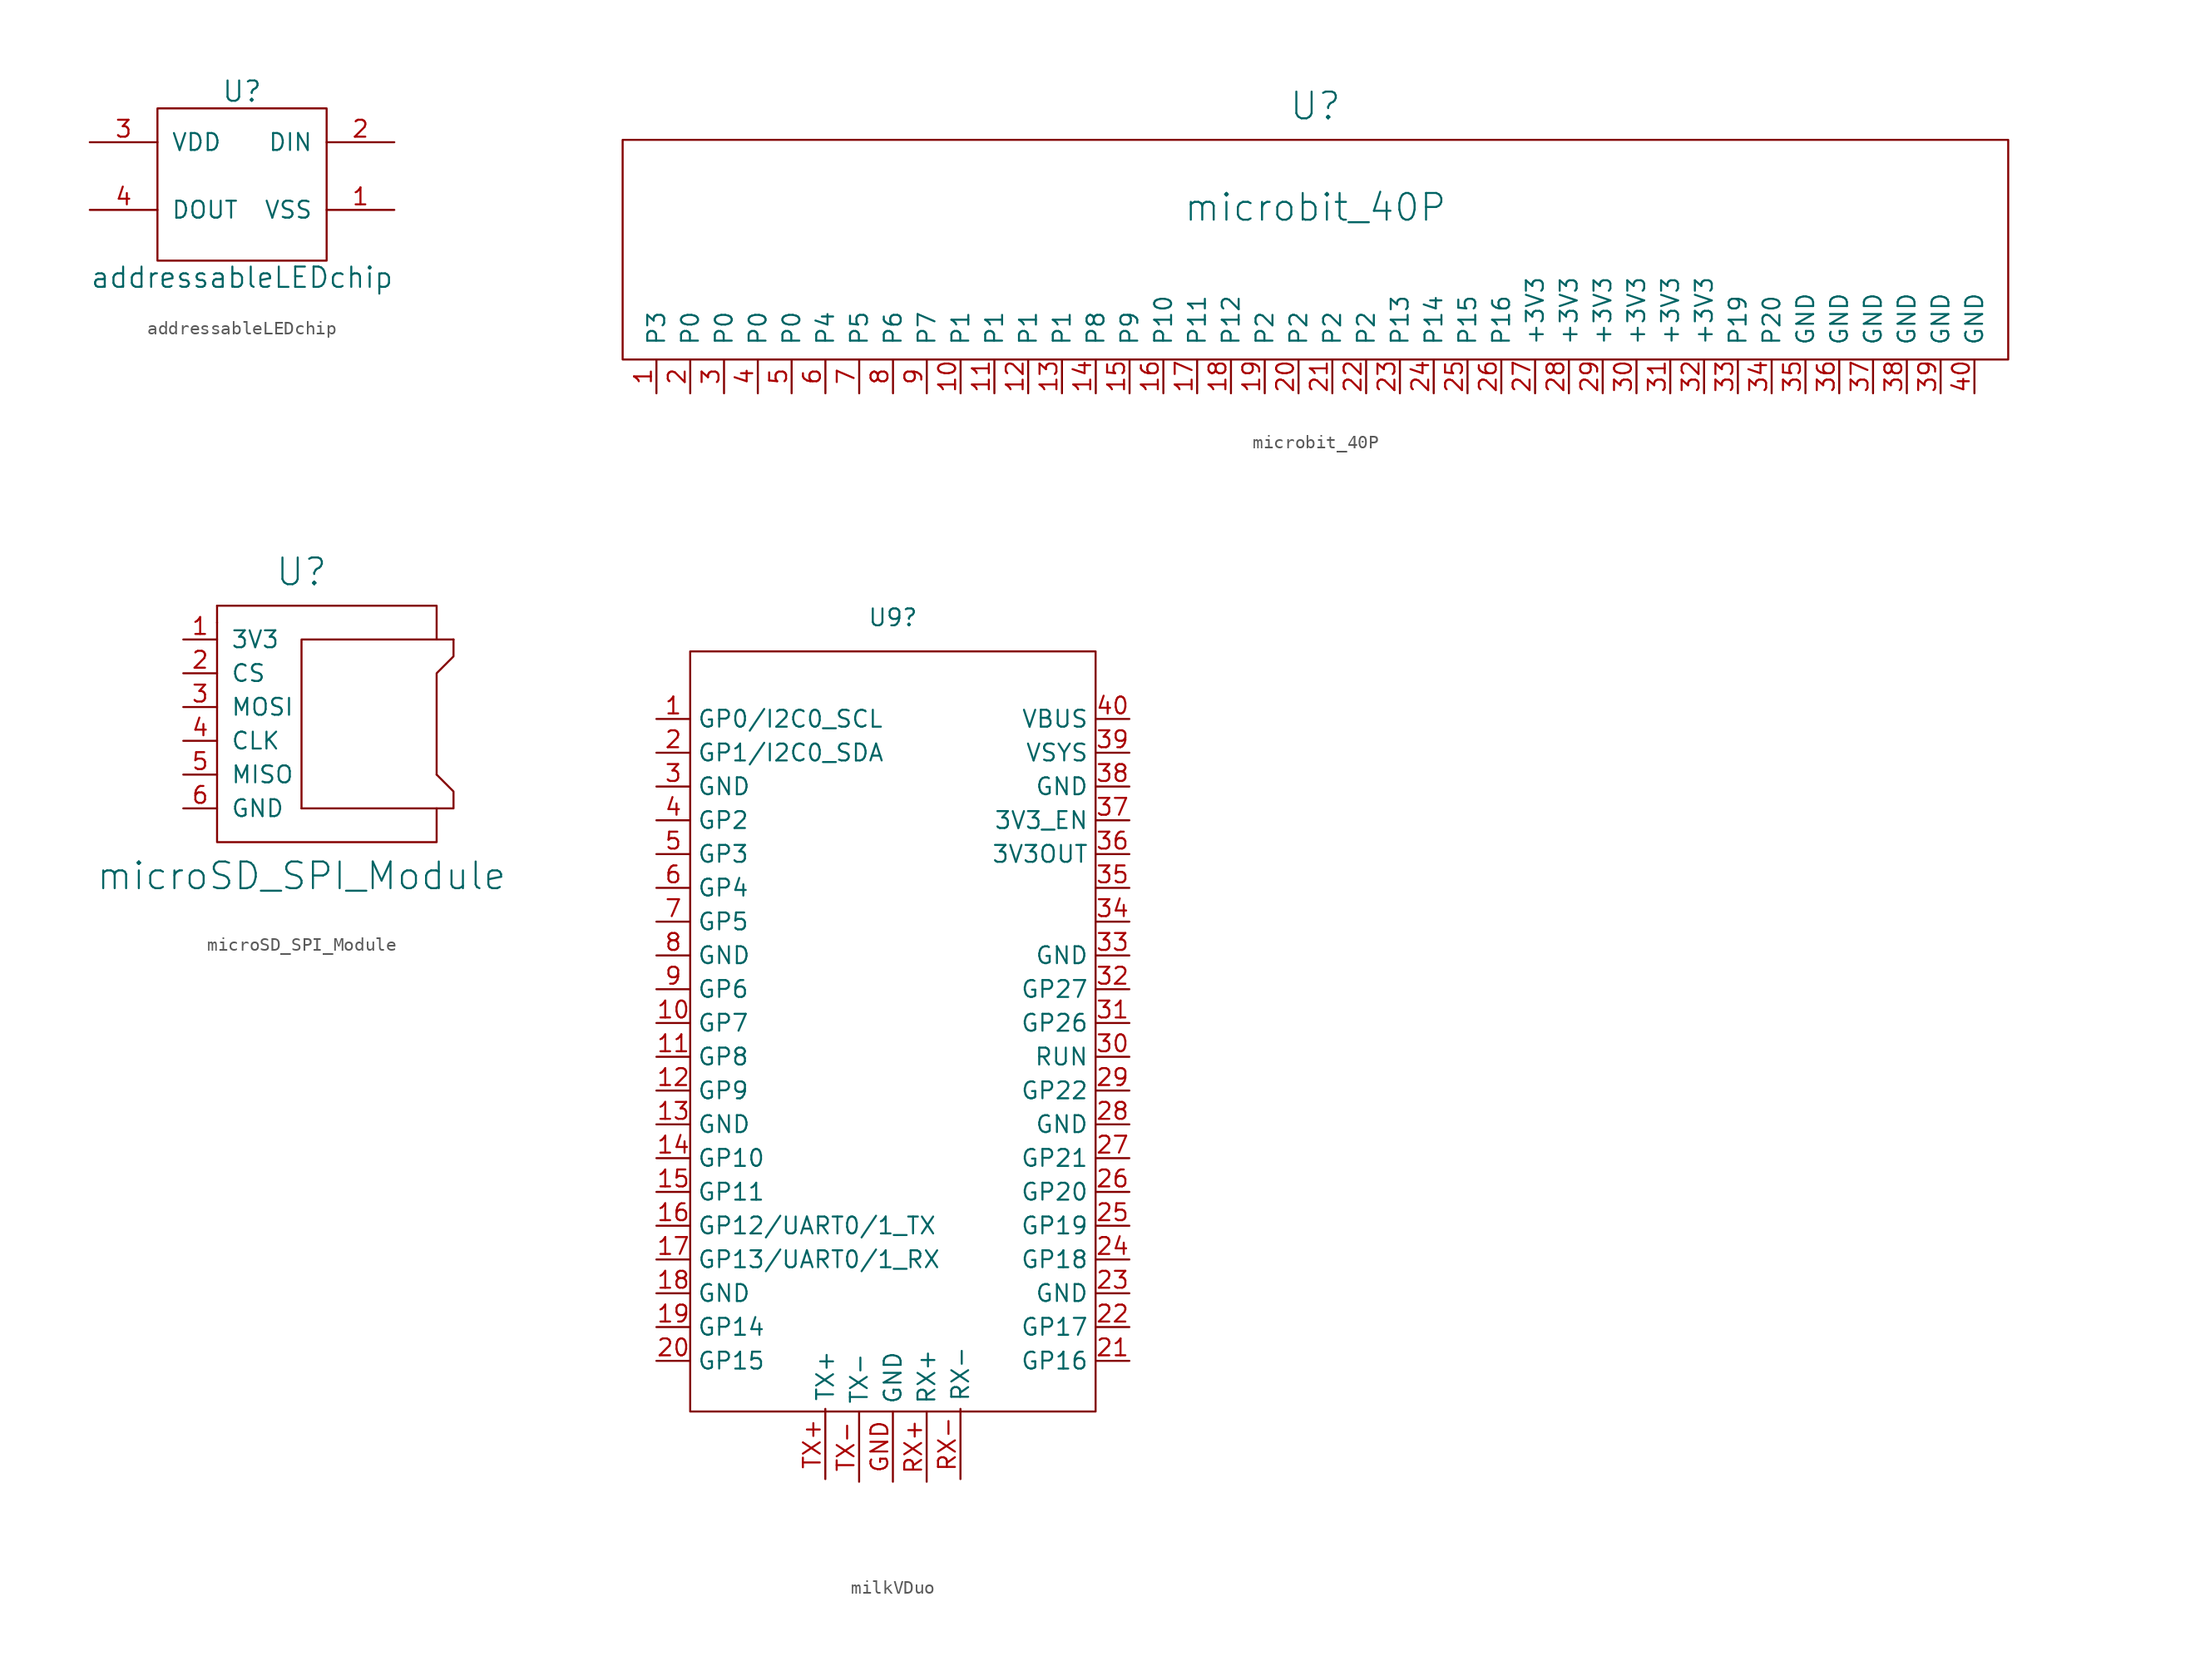
<source format=kicad_sym>
(kicad_symbol_lib
  (version 20220914)
  (generator kicad_symbol_editor)
  (symbol "addressableLEDchip"
    (pin_names
      (offset 1.016))
    (property "Reference" "U"
      (at 0 6.35 0)
      (effects (font (size 1.524 1.524))))
    (property "Value" "addressableLEDchip"
      (at 0 -7.62 0)
      (effects (font (size 1.524 1.524))))
    (property "Footprint" ""
      (at 0 0 0)
      (effects (font (size 1.524 1.524))))
    (property "Datasheet" ""
      (at 0 0 0)
      (effects (font (size 1.524 1.524))))
    (symbol "addressableLEDchip_0_1"
      (rectangle (start -6.35 5.08) (end 6.35 -6.35) (stroke (width 0) (type solid)) (fill (type none))))
    (symbol "addressableLEDchip_1_1"
      (pin input line (at 11.43 -2.54 180) (length 5.08) (name "VSS" (effects (font (size 1.27 1.27)))) (number "1" (effects (font (size 1.27 1.27)))))
      (pin input line (at 11.43 2.54 180) (length 5.08) (name "DIN" (effects (font (size 1.27 1.27)))) (number "2" (effects (font (size 1.27 1.27)))))
      (pin input line (at -11.43 2.54 0) (length 5.08) (name "VDD" (effects (font (size 1.27 1.27)))) (number "3" (effects (font (size 1.27 1.27)))))
      (pin input line (at -11.43 -2.54 0) (length 5.08) (name "DOUT" (effects (font (size 1.27 1.27)))) (number "4" (effects (font (size 1.27 1.27)))))))
  (symbol "microbit_40P"
    (pin_names
      (offset 1.016))
    (property "Reference" "U"
      (at 0 11.43 0)
      (effects (font (size 2.007 2.007))))
    (property "Value" "microbit_40P"
      (at 0 3.81 0)
      (effects (font (size 2.007 2.007))))
    (symbol "microbit_40P_0_1"
      (rectangle (start -52.07 8.89) (end 52.07 -7.62) (stroke (width 0) (type solid)) (fill (type none))))
    (symbol "microbit_40P_1_1"
      (pin input line (at -49.53 -10.16 90) (length 2.54) (name "P3" (effects (font (size 1.27 1.27)))) (number "1" (effects (font (size 1.27 1.27)))))
      (pin input line (at -26.67 -10.16 90) (length 2.54) (name "P1" (effects (font (size 1.27 1.27)))) (number "10" (effects (font (size 1.27 1.27)))))
      (pin input line (at -24.13 -10.16 90) (length 2.54) (name "P1" (effects (font (size 1.27 1.27)))) (number "11" (effects (font (size 1.27 1.27)))))
      (pin input line (at -21.59 -10.16 90) (length 2.54) (name "P1" (effects (font (size 1.27 1.27)))) (number "12" (effects (font (size 1.27 1.27)))))
      (pin input line (at -19.05 -10.16 90) (length 2.54) (name "P1" (effects (font (size 1.27 1.27)))) (number "13" (effects (font (size 1.27 1.27)))))
      (pin input line (at -16.51 -10.16 90) (length 2.54) (name "P8" (effects (font (size 1.27 1.27)))) (number "14" (effects (font (size 1.27 1.27)))))
      (pin input line (at -13.97 -10.16 90) (length 2.54) (name "P9" (effects (font (size 1.27 1.27)))) (number "15" (effects (font (size 1.27 1.27)))))
      (pin input line (at -11.43 -10.16 90) (length 2.54) (name "P10" (effects (font (size 1.27 1.27)))) (number "16" (effects (font (size 1.27 1.27)))))
      (pin input line (at -8.89 -10.16 90) (length 2.54) (name "P11" (effects (font (size 1.27 1.27)))) (number "17" (effects (font (size 1.27 1.27)))))
      (pin input line (at -6.35 -10.16 90) (length 2.54) (name "P12" (effects (font (size 1.27 1.27)))) (number "18" (effects (font (size 1.27 1.27)))))
      (pin input line (at -3.81 -10.16 90) (length 2.54) (name "P2" (effects (font (size 1.27 1.27)))) (number "19" (effects (font (size 1.27 1.27)))))
      (pin input line (at -46.99 -10.16 90) (length 2.54) (name "P0" (effects (font (size 1.27 1.27)))) (number "2" (effects (font (size 1.27 1.27)))))
      (pin input line (at -1.27 -10.16 90) (length 2.54) (name "P2" (effects (font (size 1.27 1.27)))) (number "20" (effects (font (size 1.27 1.27)))))
      (pin input line (at 1.27 -10.16 90) (length 2.54) (name "P2" (effects (font (size 1.27 1.27)))) (number "21" (effects (font (size 1.27 1.27)))))
      (pin input line (at 3.81 -10.16 90) (length 2.54) (name "P2" (effects (font (size 1.27 1.27)))) (number "22" (effects (font (size 1.27 1.27)))))
      (pin input line (at 6.35 -10.16 90) (length 2.54) (name "P13" (effects (font (size 1.27 1.27)))) (number "23" (effects (font (size 1.27 1.27)))))
      (pin input line (at 8.89 -10.16 90) (length 2.54) (name "P14" (effects (font (size 1.27 1.27)))) (number "24" (effects (font (size 1.27 1.27)))))
      (pin input line (at 11.43 -10.16 90) (length 2.54) (name "P15" (effects (font (size 1.27 1.27)))) (number "25" (effects (font (size 1.27 1.27)))))
      (pin input line (at 13.97 -10.16 90) (length 2.54) (name "P16" (effects (font (size 1.27 1.27)))) (number "26" (effects (font (size 1.27 1.27)))))
      (pin input line (at 16.51 -10.16 90) (length 2.54) (name "+3V3" (effects (font (size 1.27 1.27)))) (number "27" (effects (font (size 1.27 1.27)))))
      (pin input line (at 19.05 -10.16 90) (length 2.54) (name "+3V3" (effects (font (size 1.27 1.27)))) (number "28" (effects (font (size 1.27 1.27)))))
      (pin input line (at 21.59 -10.16 90) (length 2.54) (name "+3V3" (effects (font (size 1.27 1.27)))) (number "29" (effects (font (size 1.27 1.27)))))
      (pin input line (at -44.45 -10.16 90) (length 2.54) (name "P0" (effects (font (size 1.27 1.27)))) (number "3" (effects (font (size 1.27 1.27)))))
      (pin input line (at 24.13 -10.16 90) (length 2.54) (name "+3V3" (effects (font (size 1.27 1.27)))) (number "30" (effects (font (size 1.27 1.27)))))
      (pin input line (at 26.67 -10.16 90) (length 2.54) (name "+3V3" (effects (font (size 1.27 1.27)))) (number "31" (effects (font (size 1.27 1.27)))))
      (pin input line (at 29.21 -10.16 90) (length 2.54) (name "+3V3" (effects (font (size 1.27 1.27)))) (number "32" (effects (font (size 1.27 1.27)))))
      (pin input line (at 31.75 -10.16 90) (length 2.54) (name "P19" (effects (font (size 1.27 1.27)))) (number "33" (effects (font (size 1.27 1.27)))))
      (pin input line (at 34.29 -10.16 90) (length 2.54) (name "P20" (effects (font (size 1.27 1.27)))) (number "34" (effects (font (size 1.27 1.27)))))
      (pin input line (at 36.83 -10.16 90) (length 2.54) (name "GND" (effects (font (size 1.27 1.27)))) (number "35" (effects (font (size 1.27 1.27)))))
      (pin input line (at 39.37 -10.16 90) (length 2.54) (name "GND" (effects (font (size 1.27 1.27)))) (number "36" (effects (font (size 1.27 1.27)))))
      (pin input line (at 41.91 -10.16 90) (length 2.54) (name "GND" (effects (font (size 1.27 1.27)))) (number "37" (effects (font (size 1.27 1.27)))))
      (pin input line (at 44.45 -10.16 90) (length 2.54) (name "GND" (effects (font (size 1.27 1.27)))) (number "38" (effects (font (size 1.27 1.27)))))
      (pin input line (at 46.99 -10.16 90) (length 2.54) (name "GND" (effects (font (size 1.27 1.27)))) (number "39" (effects (font (size 1.27 1.27)))))
      (pin input line (at -41.91 -10.16 90) (length 2.54) (name "P0" (effects (font (size 1.27 1.27)))) (number "4" (effects (font (size 1.27 1.27)))))
      (pin input line (at 49.53 -10.16 90) (length 2.54) (name "GND" (effects (font (size 1.27 1.27)))) (number "40" (effects (font (size 1.27 1.27)))))
      (pin input line (at -39.37 -10.16 90) (length 2.54) (name "P0" (effects (font (size 1.27 1.27)))) (number "5" (effects (font (size 1.27 1.27)))))
      (pin input line (at -36.83 -10.16 90) (length 2.54) (name "P4" (effects (font (size 1.27 1.27)))) (number "6" (effects (font (size 1.27 1.27)))))
      (pin input line (at -34.29 -10.16 90) (length 2.54) (name "P5" (effects (font (size 1.27 1.27)))) (number "7" (effects (font (size 1.27 1.27)))))
      (pin input line (at -31.75 -10.16 90) (length 2.54) (name "P6" (effects (font (size 1.27 1.27)))) (number "8" (effects (font (size 1.27 1.27)))))
      (pin input line (at -29.21 -10.16 90) (length 2.54) (name "P7" (effects (font (size 1.27 1.27)))) (number "9" (effects (font (size 1.27 1.27)))))))
  (symbol "microSD_SPI_Module"
    (pin_names
      (offset 1.016))
    (property "Reference" "U"
      (at 0 10.16 0)
      (effects (font (size 2.007 2.007))))
    (property "Value" "microSD_SPI_Module"
      (at 0 -12.7 0)
      (effects (font (size 2.007 2.007))))
    (symbol "microSD_SPI_Module_0_1"
      (polyline (pts (xy -6.35 7.62) (xy -6.35 6.35)) (stroke (width 0) (type solid)) (fill (type none)))
      (polyline (pts (xy -6.35 7.62) (xy 10.16 7.62) (xy 10.16 5.08)) (stroke (width 0) (type solid)) (fill (type none)))
      (polyline (pts (xy 11.43 5.08) (xy 0 5.08) (xy 0 -7.62)) (stroke (width 0) (type solid)) (fill (type none)))
      (polyline (pts (xy -6.35 6.35) (xy -6.35 -10.16) (xy 10.16 -10.16) (xy 10.16 -7.62)) (stroke (width 0) (type solid)) (fill (type none)))
      (polyline (pts (xy 0 -7.62) (xy 11.43 -7.62) (xy 11.43 -6.35) (xy 10.16 -5.08)) (stroke (width 0) (type solid)) (fill (type none)))
      (polyline (pts (xy 11.43 5.08) (xy 11.43 3.81) (xy 10.16 2.54) (xy 10.16 -5.08)) (stroke (width 0) (type solid)) (fill (type none))))
    (symbol "microSD_SPI_Module_1_1"
      (pin input line (at -8.89 5.08 0) (length 2.54) (name "3V3" (effects (font (size 1.27 1.27)))) (number "1" (effects (font (size 1.27 1.27)))))
      (pin input line (at -8.89 2.54 0) (length 2.54) (name "CS" (effects (font (size 1.27 1.27)))) (number "2" (effects (font (size 1.27 1.27)))))
      (pin input line (at -8.89 0 0) (length 2.54) (name "MOSI" (effects (font (size 1.27 1.27)))) (number "3" (effects (font (size 1.27 1.27)))))
      (pin input line (at -8.89 -2.54 0) (length 2.54) (name "CLK" (effects (font (size 1.27 1.27)))) (number "4" (effects (font (size 1.27 1.27)))))
      (pin input line (at -8.89 -5.08 0) (length 2.54) (name "MISO" (effects (font (size 1.27 1.27)))) (number "5" (effects (font (size 1.27 1.27)))))
      (pin input line (at -8.89 -7.62 0) (length 2.54) (name "GND" (effects (font (size 1.27 1.27)))) (number "6" (effects (font (size 1.27 1.27)))))))
  (symbol "milkVDuo"
    (property "Reference" "U9"
      (at 0 31.75 0)
      (effects (font (size 1.27 1.27))))
    (property "Value" ""
      (at 6.35 3.81 0)
      (effects (font (size 1.27 1.27))))
    (symbol "milkVDuo_0_1"
      (rectangle (start -15.24 29.21) (end 15.24 -27.94) (stroke (width 0) (type default)) (fill (type none))))
    (symbol "milkVDuo_1_1"
      (pin input line (at -17.78 24.13 0) (length 2.54) (name "GP0/I2C0_SCL" (effects (font (size 1.27 1.27)))) (number "1" (effects (font (size 1.27 1.27)))))
      (pin input line (at -17.78 1.27 0) (length 2.54) (name "GP7" (effects (font (size 1.27 1.27)))) (number "10" (effects (font (size 1.27 1.27)))))
      (pin input line (at -17.78 -1.27 0) (length 2.54) (name "GP8" (effects (font (size 1.27 1.27)))) (number "11" (effects (font (size 1.27 1.27)))))
      (pin input line (at -17.78 -3.81 0) (length 2.54) (name "GP9" (effects (font (size 1.27 1.27)))) (number "12" (effects (font (size 1.27 1.27)))))
      (pin input line (at -17.78 -6.35 0) (length 2.54) (name "GND" (effects (font (size 1.27 1.27)))) (number "13" (effects (font (size 1.27 1.27)))))
      (pin input line (at -17.78 -8.89 0) (length 2.54) (name "GP10" (effects (font (size 1.27 1.27)))) (number "14" (effects (font (size 1.27 1.27)))))
      (pin input line (at -17.78 -11.43 0) (length 2.54) (name "GP11" (effects (font (size 1.27 1.27)))) (number "15" (effects (font (size 1.27 1.27)))))
      (pin input line (at -17.78 -13.97 0) (length 2.54) (name "GP12/UART0/1_TX" (effects (font (size 1.27 1.27)))) (number "16" (effects (font (size 1.27 1.27)))))
      (pin input line (at -17.78 -16.51 0) (length 2.54) (name "GP13/UART0/1_RX" (effects (font (size 1.27 1.27)))) (number "17" (effects (font (size 1.27 1.27)))))
      (pin input line (at -17.78 -19.05 0) (length 2.54) (name "GND" (effects (font (size 1.27 1.27)))) (number "18" (effects (font (size 1.27 1.27)))))
      (pin input line (at -17.78 -21.59 0) (length 2.54) (name "GP14" (effects (font (size 1.27 1.27)))) (number "19" (effects (font (size 1.27 1.27)))))
      (pin input line (at -17.78 21.59 0) (length 2.54) (name "GP1/I2C0_SDA" (effects (font (size 1.27 1.27)))) (number "2" (effects (font (size 1.27 1.27)))))
      (pin input line (at -17.78 -24.13 0) (length 2.54) (name "GP15" (effects (font (size 1.27 1.27)))) (number "20" (effects (font (size 1.27 1.27)))))
      (pin input line (at 17.78 -24.13 180) (length 2.54) (name "GP16" (effects (font (size 1.27 1.27)))) (number "21" (effects (font (size 1.27 1.27)))))
      (pin input line (at 17.78 -21.59 180) (length 2.54) (name "GP17" (effects (font (size 1.27 1.27)))) (number "22" (effects (font (size 1.27 1.27)))))
      (pin input line (at 17.78 -19.05 180) (length 2.54) (name "GND" (effects (font (size 1.27 1.27)))) (number "23" (effects (font (size 1.27 1.27)))))
      (pin input line (at 17.78 -16.51 180) (length 2.54) (name "GP18" (effects (font (size 1.27 1.27)))) (number "24" (effects (font (size 1.27 1.27)))))
      (pin input line (at 17.78 -13.97 180) (length 2.54) (name "GP19" (effects (font (size 1.27 1.27)))) (number "25" (effects (font (size 1.27 1.27)))))
      (pin input line (at 17.78 -11.43 180) (length 2.54) (name "GP20" (effects (font (size 1.27 1.27)))) (number "26" (effects (font (size 1.27 1.27)))))
      (pin input line (at 17.78 -8.89 180) (length 2.54) (name "GP21" (effects (font (size 1.27 1.27)))) (number "27" (effects (font (size 1.27 1.27)))))
      (pin input line (at 17.78 -6.35 180) (length 2.54) (name "GND" (effects (font (size 1.27 1.27)))) (number "28" (effects (font (size 1.27 1.27)))))
      (pin input line (at 17.78 -3.81 180) (length 2.54) (name "GP22" (effects (font (size 1.27 1.27)))) (number "29" (effects (font (size 1.27 1.27)))))
      (pin input line (at -17.78 19.05 0) (length 2.54) (name "GND" (effects (font (size 1.27 1.27)))) (number "3" (effects (font (size 1.27 1.27)))))
      (pin input line (at 17.78 -1.27 180) (length 2.54) (name "RUN" (effects (font (size 1.27 1.27)))) (number "30" (effects (font (size 1.27 1.27)))))
      (pin input line (at 17.78 1.27 180) (length 2.54) (name "GP26" (effects (font (size 1.27 1.27)))) (number "31" (effects (font (size 1.27 1.27)))))
      (pin input line (at 17.78 3.81 180) (length 2.54) (name "GP27" (effects (font (size 1.27 1.27)))) (number "32" (effects (font (size 1.27 1.27)))))
      (pin input line (at 17.78 6.35 180) (length 2.54) (name "GND" (effects (font (size 1.27 1.27)))) (number "33" (effects (font (size 1.27 1.27)))))
      (pin input line (at 17.78 8.89 180) (length 2.54) (name "" (effects (font (size 1.27 1.27)))) (number "34" (effects (font (size 1.27 1.27)))))
      (pin input line (at 17.78 11.43 180) (length 2.54) (name "" (effects (font (size 1.27 1.27)))) (number "35" (effects (font (size 1.27 1.27)))))
      (pin input line (at 17.78 13.97 180) (length 2.54) (name "3V3OUT" (effects (font (size 1.27 1.27)))) (number "36" (effects (font (size 1.27 1.27)))))
      (pin input line (at 17.78 16.51 180) (length 2.54) (name "3V3_EN" (effects (font (size 1.27 1.27)))) (number "37" (effects (font (size 1.27 1.27)))))
      (pin input line (at 17.78 19.05 180) (length 2.54) (name "GND" (effects (font (size 1.27 1.27)))) (number "38" (effects (font (size 1.27 1.27)))))
      (pin input line (at 17.78 21.59 180) (length 2.54) (name "VSYS" (effects (font (size 1.27 1.27)))) (number "39" (effects (font (size 1.27 1.27)))))
      (pin input line (at -17.78 16.51 0) (length 2.54) (name "GP2" (effects (font (size 1.27 1.27)))) (number "4" (effects (font (size 1.27 1.27)))))
      (pin input line (at 17.78 24.13 180) (length 2.54) (name "VBUS" (effects (font (size 1.27 1.27)))) (number "40" (effects (font (size 1.27 1.27)))))
      (pin input line (at -17.78 13.97 0) (length 2.54) (name "GP3" (effects (font (size 1.27 1.27)))) (number "5" (effects (font (size 1.27 1.27)))))
      (pin input line (at -17.78 11.43 0) (length 2.54) (name "GP4" (effects (font (size 1.27 1.27)))) (number "6" (effects (font (size 1.27 1.27)))))
      (pin input line (at -17.78 8.89 0) (length 2.54) (name "GP5" (effects (font (size 1.27 1.27)))) (number "7" (effects (font (size 1.27 1.27)))))
      (pin input line (at -17.78 6.35 0) (length 2.54) (name "GND" (effects (font (size 1.27 1.27)))) (number "8" (effects (font (size 1.27 1.27)))))
      (pin input line (at -17.78 3.81 0) (length 2.54) (name "GP6" (effects (font (size 1.27 1.27)))) (number "9" (effects (font (size 1.27 1.27)))))
      (pin input line (at 0 -33.22 90) (length 5.28) (name "GND" (effects (font (size 1.27 1.27)))) (number "GND" (effects (font (size 1.27 1.27)))))
      (pin input line (at 2.54 -33.22 90) (length 5.28) (name "RX+" (effects (font (size 1.27 1.27)))) (number "RX+" (effects (font (size 1.27 1.27)))))
      (pin input line (at 5.08 -33.02 90) (length 5.28) (name "RX-" (effects (font (size 1.27 1.27)))) (number "RX-" (effects (font (size 1.27 1.27)))))
      (pin input line (at -5.08 -33.02 90) (length 5.28) (name "TX+" (effects (font (size 1.27 1.27)))) (number "TX+" (effects (font (size 1.27 1.27)))))
      (pin input line (at -2.54 -33.22 90) (length 5.28) (name "TX-" (effects (font (size 1.27 1.27)))) (number "TX-" (effects (font (size 1.27 1.27))))))))
</source>
